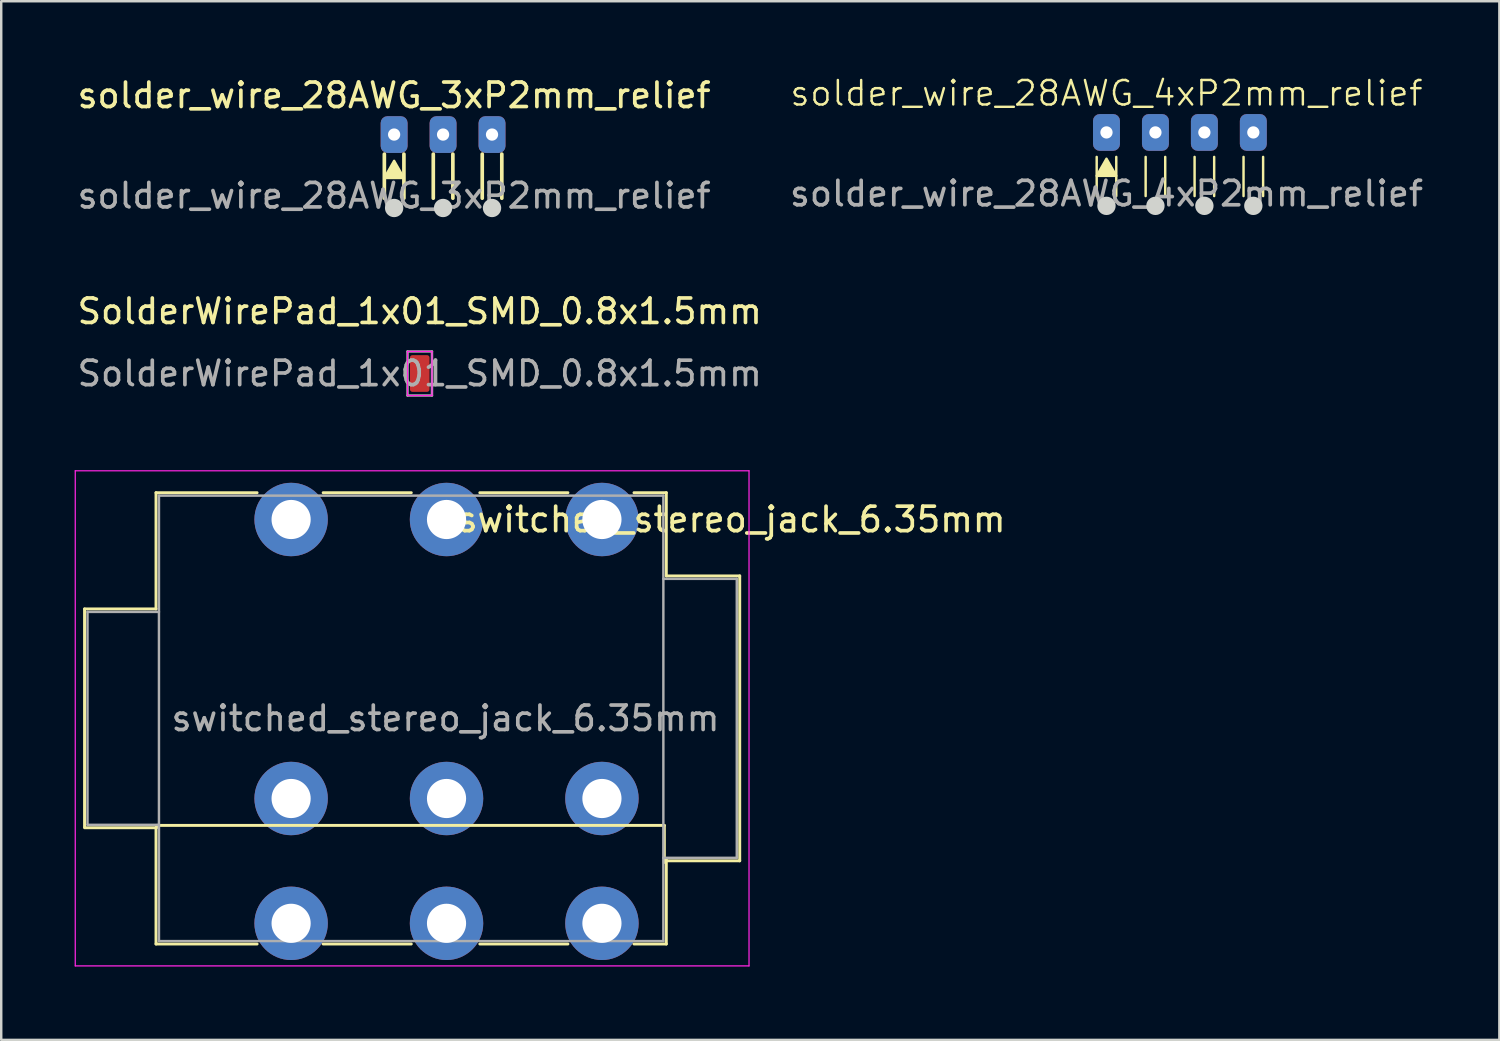
<source format=kicad_pcb>
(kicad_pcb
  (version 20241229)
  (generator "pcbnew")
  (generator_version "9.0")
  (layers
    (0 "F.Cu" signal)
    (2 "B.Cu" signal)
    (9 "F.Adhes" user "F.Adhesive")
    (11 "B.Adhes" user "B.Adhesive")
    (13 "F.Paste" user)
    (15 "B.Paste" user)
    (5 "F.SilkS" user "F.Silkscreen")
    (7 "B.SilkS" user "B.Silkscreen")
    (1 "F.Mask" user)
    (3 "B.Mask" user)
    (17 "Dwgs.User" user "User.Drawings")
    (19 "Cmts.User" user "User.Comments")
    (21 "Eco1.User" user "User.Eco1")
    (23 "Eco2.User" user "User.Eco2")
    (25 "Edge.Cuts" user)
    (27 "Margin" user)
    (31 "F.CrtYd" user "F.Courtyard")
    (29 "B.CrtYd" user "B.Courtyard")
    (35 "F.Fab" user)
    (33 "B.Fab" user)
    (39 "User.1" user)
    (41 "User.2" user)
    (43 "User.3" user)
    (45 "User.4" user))
  (footprint "SolderWirePad_1x01_SMD_0.8x1.5mm"
    (layer "F.Cu")
    (at 14.101 12.211)
    (property "Reference" "SolderWirePad_1x01_SMD_0.8x1.5mm" (at 0 -2.54 0) (layer "F.SilkS") (effects (font (size 1 1) (thickness 0.15))))
    (attr exclude_from_pos_files exclude_from_bom)
    (fp_line (start -0.5 -0.9) (end -0.5 0.9) (stroke (width 0.05) (type solid)) (layer "F.CrtYd"))
    (fp_line (start -0.5 0.9) (end 0.5 0.9) (stroke (width 0.05) (type solid)) (layer "F.CrtYd"))
    (fp_line (start 0.5 -0.9) (end -0.5 -0.9) (stroke (width 0.05) (type solid)) (layer "F.CrtYd"))
    (fp_line (start 0.5 0.9) (end 0.5 -0.9) (stroke (width 0.05) (type solid)) (layer "F.CrtYd"))
    (fp_line (start -0.5 -0.9) (end 0.5 -0.9) (stroke (width 0.1) (type solid)) (layer "F.Fab"))
    (fp_line (start -0.5 0.9) (end -0.5 -0.9) (stroke (width 0.1) (type solid)) (layer "F.Fab"))
    (fp_line (start 0.5 -0.9) (end 0.5 0.9) (stroke (width 0.1) (type solid)) (layer "F.Fab"))
    (fp_line (start 0.5 0.9) (end -0.5 0.9) (stroke (width 0.1) (type solid)) (layer "F.Fab"))
    (fp_text user "${REFERENCE}" (at 0 0 0) (layer "F.Fab") (effects (font (size 1 1) (thickness 0.15))))
    (pad "1" smd roundrect (at 0 0) (size 0.8 1.5) (layers "F.Cu" "F.Mask" "F.Paste") (roundrect_rratio 0.125)))
  (footprint "switched_stereo_jack_6.35mm"
    (layer "F.Cu")
    (at 8.845 18.177)
    (property "Reference" "switched_stereo_jack_6.35mm" (at 18 0 0) (layer "F.SilkS") (effects (font (size 1 1) (thickness 0.15))))
    (attr through_hole)
    (fp_line (start -8.44 3.655) (end -5.52 3.655) (stroke (width 0.12) (type solid)) (layer "F.SilkS"))
    (fp_line (start -8.44 12.555) (end -8.44 3.655) (stroke (width 0.12) (type solid)) (layer "F.SilkS"))
    (fp_line (start -8.44 12.595) (end -5.52 12.595) (stroke (width 0.12) (type solid)) (layer "F.SilkS"))
    (fp_line (start -5.52 -1.095) (end -1.39 -1.095) (stroke (width 0.12) (type solid)) (layer "F.SilkS"))
    (fp_line (start -5.52 3.655) (end -5.52 -1.095) (stroke (width 0.12) (type solid)) (layer "F.SilkS"))
    (fp_line (start -5.52 17.345) (end -5.52 12.595) (stroke (width 0.12) (type solid)) (layer "F.SilkS"))
    (fp_line (start -5.5 12.5) (end -5.5 12.595) (stroke (width 0.12) (type solid)) (layer "F.SilkS"))
    (fp_line (start -5.5 12.5) (end 15.25 12.5) (stroke (width 0.12) (type solid)) (layer "F.SilkS"))
    (fp_line (start -1.39 17.345) (end -5.52 17.345) (stroke (width 0.12) (type solid)) (layer "F.SilkS"))
    (fp_line (start 1.31 -1.095) (end 4.91 -1.095) (stroke (width 0.12) (type solid)) (layer "F.SilkS"))
    (fp_line (start 4.91 17.345) (end 1.31 17.345) (stroke (width 0.12) (type solid)) (layer "F.SilkS"))
    (fp_line (start 7.71 -1.095) (end 11.31 -1.095) (stroke (width 0.12) (type solid)) (layer "F.SilkS"))
    (fp_line (start 11.31 17.345) (end 7.71 17.345) (stroke (width 0.12) (type solid)) (layer "F.SilkS"))
    (fp_line (start 15.25 12.5) (end 15.25 14) (stroke (width 0.12) (type solid)) (layer "F.SilkS"))
    (fp_line (start 15.25 14) (end 15.33 13.92) (stroke (width 0.12) (type solid)) (layer "F.SilkS"))
    (fp_line (start 15.33 -1.095) (end 14.01 -1.095) (stroke (width 0.12) (type solid)) (layer "F.SilkS"))
    (fp_line (start 15.33 2.305) (end 15.33 -1.095) (stroke (width 0.12) (type solid)) (layer "F.SilkS"))
    (fp_line (start 15.33 2.305) (end 18.33 2.305) (stroke (width 0.12) (type solid)) (layer "F.SilkS"))
    (fp_line (start 15.33 13.92) (end 15.33 13.945) (stroke (width 0.12) (type solid)) (layer "F.SilkS"))
    (fp_line (start 15.33 13.945) (end 18.33 13.945) (stroke (width 0.12) (type solid)) (layer "F.SilkS"))
    (fp_line (start 15.33 17.345) (end 14.01 17.345) (stroke (width 0.12) (type solid)) (layer "F.SilkS"))
    (fp_line (start 15.33 17.345) (end 15.33 13.945) (stroke (width 0.12) (type solid)) (layer "F.SilkS"))
    (fp_line (start 18.33 13.945) (end 18.33 2.305) (stroke (width 0.12) (type solid)) (layer "F.SilkS"))
    (fp_line (start -8.82 18.24) (end -8.82 -1.99) (stroke (width 0.05) (type solid)) (layer "F.CrtYd"))
    (fp_line (start -8.82 18.24) (end 18.71 18.24) (stroke (width 0.05) (type solid)) (layer "F.CrtYd"))
    (fp_line (start 18.71 -1.99) (end -8.82 -1.99) (stroke (width 0.05) (type solid)) (layer "F.CrtYd"))
    (fp_line (start 18.71 18.24) (end 18.71 -1.99) (stroke (width 0.05) (type solid)) (layer "F.CrtYd"))
    (fp_line (start -8.32 3.775) (end -5.4 3.775) (stroke (width 0.1) (type solid)) (layer "F.Fab"))
    (fp_line (start -8.32 12.475) (end -8.32 3.775) (stroke (width 0.1) (type solid)) (layer "F.Fab"))
    (fp_line (start -8.32 12.475) (end -5.4 12.475) (stroke (width 0.1) (type solid)) (layer "F.Fab"))
    (fp_line (start -5.4 17.225) (end -5.4 -0.975) (stroke (width 0.1) (type solid)) (layer "F.Fab"))
    (fp_line (start 15.21 -0.975) (end -5.4 -0.975) (stroke (width 0.1) (type solid)) (layer "F.Fab"))
    (fp_line (start 15.21 17.225) (end -5.4 17.225) (stroke (width 0.1) (type solid)) (layer "F.Fab"))
    (fp_line (start 15.21 17.225) (end 15.21 -0.975) (stroke (width 0.1) (type solid)) (layer "F.Fab"))
    (fp_line (start 18.21 2.425) (end 15.21 2.425) (stroke (width 0.1) (type solid)) (layer "F.Fab"))
    (fp_line (start 18.21 13.825) (end 15.21 13.825) (stroke (width 0.1) (type solid)) (layer "F.Fab"))
    (fp_line (start 18.21 13.825) (end 18.21 2.425) (stroke (width 0.1) (type solid)) (layer "F.Fab"))
    (fp_text user "${REFERENCE}" (at 6.31 8.125 0) (layer "F.Fab") (effects (font (size 1 1) (thickness 0.15))))
    (pad "R" thru_hole circle (at 6.35 0) (size 3 3) (drill 1.6) (layers "*.Cu" "*.Mask"))
    (pad "RN" thru_hole circle (at 6.35 11.4) (size 3 3) (drill 1.6) (layers "*.Cu" "*.Mask"))
    (pad "RN" thru_hole circle (at 6.35 16.5) (size 3 3) (drill 1.6) (layers "*.Cu" "*.Mask"))
    (pad "S" thru_hole circle (at 12.7 0) (size 3 3) (drill 1.6) (layers "*.Cu" "*.Mask"))
    (pad "SN" thru_hole circle (at 12.7 11.4) (size 3 3) (drill 1.6) (layers "*.Cu" "*.Mask"))
    (pad "SN" thru_hole circle (at 12.7 16.5) (size 3 3) (drill 1.6) (layers "*.Cu" "*.Mask"))
    (pad "T" thru_hole circle (at 0 0) (size 3 3) (drill 1.6) (layers "*.Cu" "*.Mask"))
    (pad "TN" thru_hole circle (at 0 11.4) (size 3 3) (drill 1.6) (layers "*.Cu" "*.Mask"))
    (pad "TN" thru_hole circle (at 0 16.5) (size 3 3) (drill 1.6) (layers "*.Cu" "*.Mask")))
  (footprint "solder_wire_28AWG_4xP2mm_relief"
    (layer "F.Cu")
    (at 42.161 2.361)
    (property "Reference" "solder_wire_28AWG_4xP2mm_relief" (at 0 -1.6 0) (unlocked yes) (layer "F.SilkS") (effects (font (size 1 1) (thickness 0.1))))
    (attr through_hole)
    (fp_line (start -0.4 1) (end -0.4 2.6) (stroke (width 0.1) (type default)) (layer "F.SilkS"))
    (fp_line (start 0.4 1) (end 0.4 2.6) (stroke (width 0.1) (type default)) (layer "F.SilkS"))
    (fp_line (start 1.6 1) (end 1.6 2.6) (stroke (width 0.1) (type default)) (layer "F.SilkS"))
    (fp_line (start 2.4 1) (end 2.4 2.6) (stroke (width 0.1) (type default)) (layer "F.SilkS"))
    (fp_line (start 3.6 1) (end 3.6 2.6) (stroke (width 0.1) (type default)) (layer "F.SilkS"))
    (fp_line (start 4.4 1) (end 4.4 2.6) (stroke (width 0.1) (type default)) (layer "F.SilkS"))
    (fp_line (start 5.6 1) (end 5.6 2.6) (stroke (width 0.1) (type default)) (layer "F.SilkS"))
    (fp_line (start 6.4 1) (end 6.4 2.6) (stroke (width 0.1) (type default)) (layer "F.SilkS"))
    (fp_poly (pts (xy -0.4 1.774) (xy 0.4 1.774) (xy 0 1.074)) (stroke (width 0.1) (type solid)) (fill yes) (layer "F.SilkS"))
    (fp_circle (center 0 3) (end 0.35 3) (stroke (width 0.05) (type solid)) (fill yes) (layer "Edge.Cuts"))
    (fp_circle (center 2 3) (end 2.35 3) (stroke (width 0.05) (type solid)) (fill yes) (layer "Edge.Cuts"))
    (fp_circle (center 4 3) (end 4.35 3) (stroke (width 0.05) (type solid)) (fill yes) (layer "Edge.Cuts"))
    (fp_circle (center 6 3) (end 6.35 3) (stroke (width 0.05) (type solid)) (fill yes) (layer "Edge.Cuts"))
    (fp_text user "${REFERENCE}" (at 0 2.5 0) (unlocked yes) (layer "F.Fab") (effects (font (size 1 1) (thickness 0.15))))
    (pad "1" thru_hole roundrect (at 0 0) (size 1.1 1.5) (drill 0.5) (layers "*.Cu" "*.Mask") (roundrect_rratio 0.25))
    (pad "2" thru_hole roundrect (at 2 0) (size 1.1 1.5) (drill 0.5) (layers "*.Cu" "*.Mask") (roundrect_rratio 0.25))
    (pad "3" thru_hole roundrect (at 4 0) (size 1.1 1.5) (drill 0.5) (layers "*.Cu" "*.Mask") (roundrect_rratio 0.25))
    (pad "4" thru_hole roundrect (at 6 0) (size 1.1 1.5) (drill 0.5) (layers "*.Cu" "*.Mask") (roundrect_rratio 0.25)))
  (footprint "solder_wire_28AWG_3xP2mm_relief"
    (layer "F.Cu")
    (at 13.054 2.448)
    (property "Reference" "solder_wire_28AWG_3xP2mm_relief" (at 0 -1.6 0) (unlocked yes) (layer "F.SilkS") (effects (font (size 1 1) (thickness 0.15))))
    (attr through_hole)
    (fp_line (start -0.4 0.8) (end -0.4 2.6) (stroke (width 0.15) (type default)) (layer "F.SilkS"))
    (fp_line (start 0.4 0.8) (end 0.4 2.6) (stroke (width 0.15) (type default)) (layer "F.SilkS"))
    (fp_line (start 1.6 0.8) (end 1.6 2.6) (stroke (width 0.15) (type default)) (layer "F.SilkS"))
    (fp_line (start 2.4 0.8) (end 2.4 2.6) (stroke (width 0.15) (type default)) (layer "F.SilkS"))
    (fp_line (start 3.6 0.8) (end 3.6 2.6) (stroke (width 0.15) (type default)) (layer "F.SilkS"))
    (fp_line (start 4.4 0.8) (end 4.4 2.6) (stroke (width 0.15) (type default)) (layer "F.SilkS"))
    (fp_poly (pts (xy -0.4 1.774) (xy 0.4 1.774) (xy 0 1.074)) (stroke (width 0.1) (type solid)) (fill yes) (layer "F.SilkS"))
    (fp_circle (center 0 3) (end 0.35 3) (stroke (width 0.05) (type solid)) (fill yes) (layer "Edge.Cuts"))
    (fp_circle (center 2 3) (end 2.35 3) (stroke (width 0.05) (type solid)) (fill yes) (layer "Edge.Cuts"))
    (fp_circle (center 4 3) (end 4.35 3) (stroke (width 0.05) (type solid)) (fill yes) (layer "Edge.Cuts"))
    (fp_text user "${REFERENCE}" (at 0 2.5 0) (unlocked yes) (layer "F.Fab") (effects (font (size 1 1) (thickness 0.15))))
    (pad "1" thru_hole roundrect (at 0 0) (size 1.1 1.5) (drill 0.5) (layers "*.Cu" "*.Mask") (roundrect_rratio 0.25))
    (pad "2" thru_hole roundrect (at 2 0) (size 1.1 1.5) (drill 0.5) (layers "*.Cu" "*.Mask") (roundrect_rratio 0.25))
    (pad "3" thru_hole roundrect (at 4 0) (size 1.1 1.5) (drill 0.5) (layers "*.Cu" "*.Mask") (roundrect_rratio 0.25)))
  (gr_rect
    (start -3 -3)
    (end 58.214 39.441)
    (stroke (width 0.1) (type default))
    (fill no)
    (layer "Edge.Cuts")))
</source>
